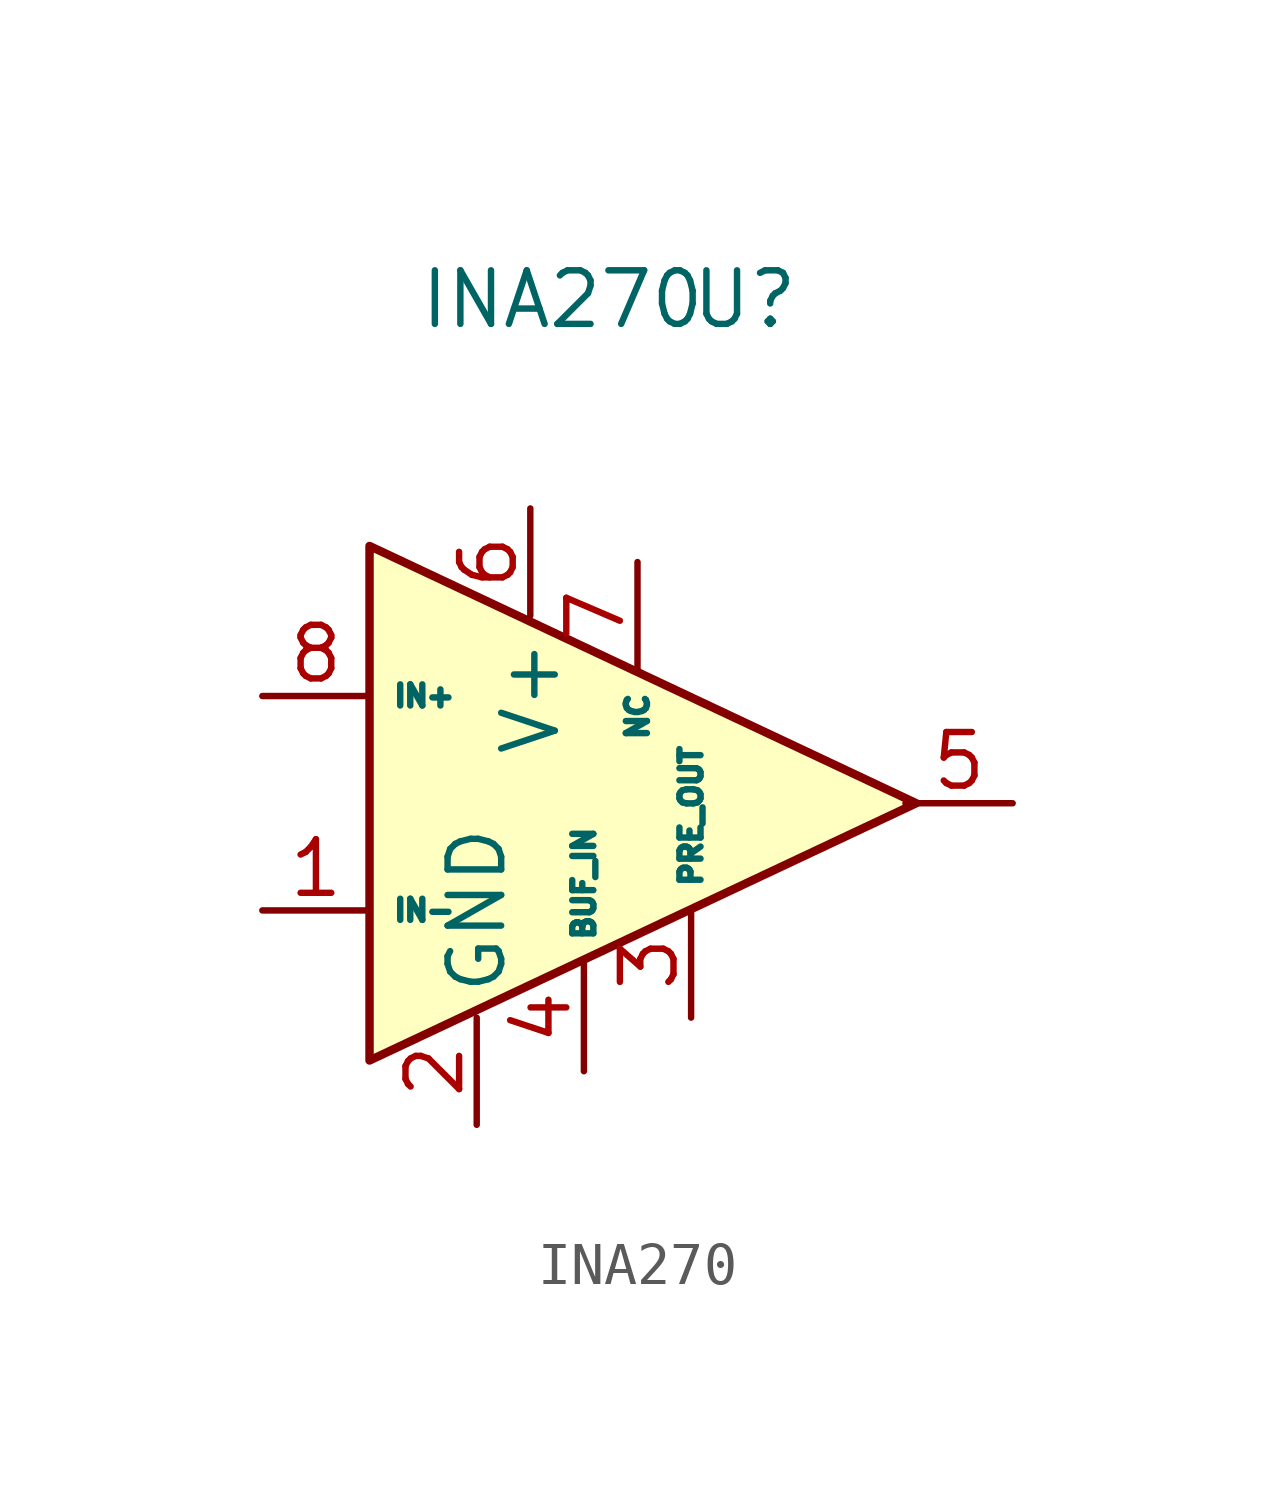
<source format=kicad_sym>
(kicad_symbol_lib
  (version 20211014)
  (generator kicad_symbol_editor)
  (symbol "INA270"
    (property "Reference" "U"
      (at 3.81 11.938 0)
      (effects (font (size 1.27 1.27))))
    (property "Value" "INA270"
      (at -0.508 11.938 0)
      (effects (font (size 1.27 1.27))))
    (symbol "INA270_0_1"
      (polyline (pts (xy -5.08 6.096) (xy -5.08 -6.096) (xy 7.874 0) (xy -5.08 6.096)) (stroke (width 0.2) (type default) (color 0 0 0 0)) (fill (type background))))
    (symbol "INA270_1_1"
      (pin input line (at -7.62 -2.54 0) (length 2.54) (name "IN-" (effects (font (size 0.5 0.5)))) (number "1" (effects (font (size 1.27 1.27)))))
      (pin input line (at -2.54 -7.62 90) (length 2.54) (name "GND" (effects (font (size 1.27 1.27)))) (number "2" (effects (font (size 1.27 1.27)))))
      (pin input line (at 2.54 -5.08 90) (length 2.54) (name "PRE_OUT" (effects (font (size 0.5 0.5)))) (number "3" (effects (font (size 1.27 1.27)))))
      (pin input line (at 0 -6.35 90) (length 2.54) (name "BUF_IN" (effects (font (size 0.5 0.5)))) (number "4" (effects (font (size 1.27 1.27)))))
      (pin input line (at 10.16 0 180) (length 2.54) (name "" (effects (font (size 0.5 0.5)))) (number "5" (effects (font (size 1.27 1.27)))))
      (pin input line (at -1.27 6.985 270) (length 2.54) (name "V+" (effects (font (size 1.27 1.27)))) (number "6" (effects (font (size 1.27 1.27)))))
      (pin power_in line (at 1.27 5.715 270) (length 2.54) (name "NC" (effects (font (size 0.5 0.5)))) (number "7" (effects (font (size 1.27 1.27)))))
      (pin input line (at -7.62 2.54 0) (length 2.54) (name "IN+" (effects (font (size 0.5 0.5)))) (number "8" (effects (font (size 1.27 1.27))))))))
</source>
